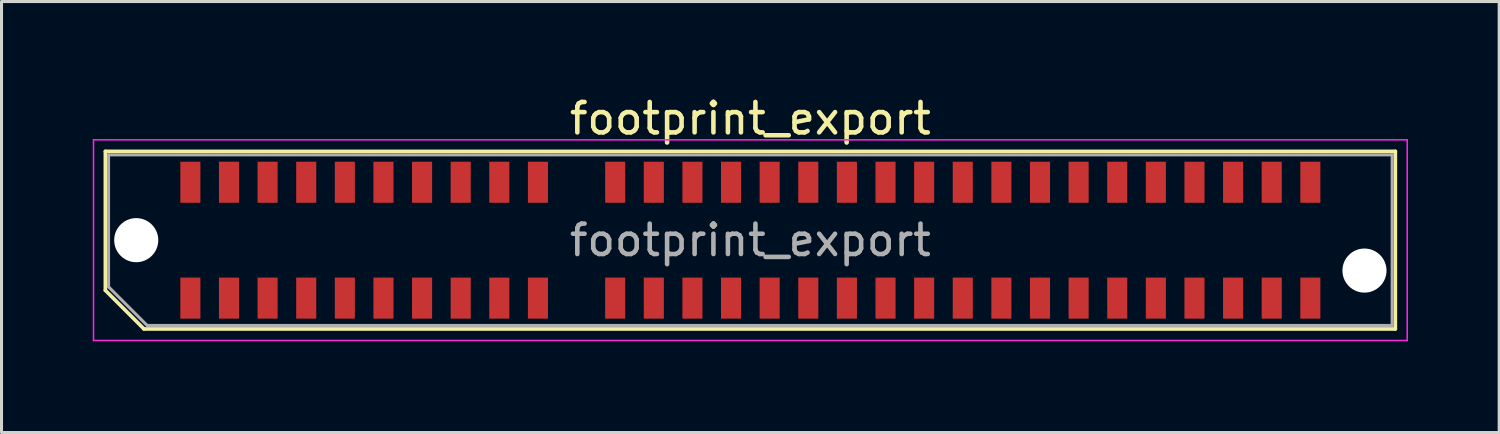
<source format=kicad_pcb>
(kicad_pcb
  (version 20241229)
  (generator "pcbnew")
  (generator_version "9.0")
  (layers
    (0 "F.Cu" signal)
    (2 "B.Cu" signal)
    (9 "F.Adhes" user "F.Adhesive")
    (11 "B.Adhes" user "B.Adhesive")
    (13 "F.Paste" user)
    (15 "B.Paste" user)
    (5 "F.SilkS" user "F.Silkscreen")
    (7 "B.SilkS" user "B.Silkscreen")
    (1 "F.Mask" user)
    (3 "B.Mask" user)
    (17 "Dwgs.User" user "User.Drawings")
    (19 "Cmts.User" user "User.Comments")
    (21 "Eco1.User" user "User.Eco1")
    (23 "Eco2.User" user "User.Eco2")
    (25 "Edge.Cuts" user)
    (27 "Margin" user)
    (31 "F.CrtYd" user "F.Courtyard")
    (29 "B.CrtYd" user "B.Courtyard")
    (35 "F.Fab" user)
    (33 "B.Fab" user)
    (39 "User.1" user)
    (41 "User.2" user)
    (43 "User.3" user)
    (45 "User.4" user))
  (footprint "footprint_export"
    (layer "F.Cu")
    (at 21.625 4.848)
    (property "Reference" "footprint_export" (at 0 -4 0) (layer "F.SilkS") (effects (font (size 1 1) (thickness 0.15))))
    (attr smd)
    (fp_line (start -21.21 -2.92) (end 21.21 -2.92) (stroke (width 0.12) (type solid)) (layer "F.SilkS"))
    (fp_line (start -21.21 1.65) (end -21.21 -2.92) (stroke (width 0.12) (type solid)) (layer "F.SilkS"))
    (fp_line (start -19.94 2.92) (end -21.21 1.65) (stroke (width 0.12) (type solid)) (layer "F.SilkS"))
    (fp_line (start -19.94 2.92) (end 21.21 2.92) (stroke (width 0.12) (type solid)) (layer "F.SilkS"))
    (fp_line (start 21.21 2.92) (end 21.21 -2.92) (stroke (width 0.12) (type solid)) (layer "F.SilkS"))
    (fp_line (start -21.6 -3.3) (end -21.6 3.3) (stroke (width 0.05) (type solid)) (layer "F.CrtYd"))
    (fp_line (start -21.6 3.3) (end 21.6 3.3) (stroke (width 0.05) (type solid)) (layer "F.CrtYd"))
    (fp_line (start 21.6 -3.3) (end -21.6 -3.3) (stroke (width 0.05) (type solid)) (layer "F.CrtYd"))
    (fp_line (start 21.6 3.3) (end 21.6 -3.3) (stroke (width 0.05) (type solid)) (layer "F.CrtYd"))
    (fp_line (start -21.105 -2.805) (end 21.105 -2.805) (stroke (width 0.1) (type solid)) (layer "F.Fab"))
    (fp_line (start -21.105 1.535) (end -21.105 -2.805) (stroke (width 0.1) (type solid)) (layer "F.Fab"))
    (fp_line (start -21.105 1.535) (end -19.835 2.805) (stroke (width 0.1) (type solid)) (layer "F.Fab"))
    (fp_line (start -19.835 2.805) (end 21.105 2.805) (stroke (width 0.1) (type solid)) (layer "F.Fab"))
    (fp_line (start 21.105 2.805) (end 21.105 -2.805) (stroke (width 0.1) (type solid)) (layer "F.Fab"))
    (fp_text user "${REFERENCE}" (at 0 0 0) (layer "F.Fab") (effects (font (size 1 1) (thickness 0.15))))
    (pad "" np_thru_hole circle (at -20.195 0) (size 1.45 1.45) (drill 1.45) (layers "*.Cu" "*.Mask"))
    (pad "" np_thru_hole circle (at 20.195 1) (size 1.45 1.45) (drill 1.45) (layers "*.Cu" "*.Mask"))
    (pad "1" smd rect (at -18.415 1.905) (size 0.66 1.35) (layers "F.Cu" "F.Mask" "F.Paste"))
    (pad "2" smd rect (at -18.415 -1.905) (size 0.66 1.35) (layers "F.Cu" "F.Mask" "F.Paste"))
    (pad "3" smd rect (at -17.145 1.905) (size 0.66 1.35) (layers "F.Cu" "F.Mask" "F.Paste"))
    (pad "4" smd rect (at -17.145 -1.905) (size 0.66 1.35) (layers "F.Cu" "F.Mask" "F.Paste"))
    (pad "5" smd rect (at -15.875 1.905) (size 0.66 1.35) (layers "F.Cu" "F.Mask" "F.Paste"))
    (pad "6" smd rect (at -15.875 -1.905) (size 0.66 1.35) (layers "F.Cu" "F.Mask" "F.Paste"))
    (pad "7" smd rect (at -14.605 1.905) (size 0.66 1.35) (layers "F.Cu" "F.Mask" "F.Paste"))
    (pad "8" smd rect (at -14.605 -1.905) (size 0.66 1.35) (layers "F.Cu" "F.Mask" "F.Paste"))
    (pad "9" smd rect (at -13.335 1.905) (size 0.66 1.35) (layers "F.Cu" "F.Mask" "F.Paste"))
    (pad "10" smd rect (at -13.335 -1.905) (size 0.66 1.35) (layers "F.Cu" "F.Mask" "F.Paste"))
    (pad "11" smd rect (at -12.065 1.905) (size 0.66 1.35) (layers "F.Cu" "F.Mask" "F.Paste"))
    (pad "12" smd rect (at -12.065 -1.905) (size 0.66 1.35) (layers "F.Cu" "F.Mask" "F.Paste"))
    (pad "13" smd rect (at -10.795 1.905) (size 0.66 1.35) (layers "F.Cu" "F.Mask" "F.Paste"))
    (pad "14" smd rect (at -10.795 -1.905) (size 0.66 1.35) (layers "F.Cu" "F.Mask" "F.Paste"))
    (pad "15" smd rect (at -9.525 1.905) (size 0.66 1.35) (layers "F.Cu" "F.Mask" "F.Paste"))
    (pad "16" smd rect (at -9.525 -1.905) (size 0.66 1.35) (layers "F.Cu" "F.Mask" "F.Paste"))
    (pad "17" smd rect (at -8.255 1.905) (size 0.66 1.35) (layers "F.Cu" "F.Mask" "F.Paste"))
    (pad "18" smd rect (at -8.255 -1.905) (size 0.66 1.35) (layers "F.Cu" "F.Mask" "F.Paste"))
    (pad "19" smd rect (at -6.985 1.905) (size 0.66 1.35) (layers "F.Cu" "F.Mask" "F.Paste"))
    (pad "20" smd rect (at -6.985 -1.905) (size 0.66 1.35) (layers "F.Cu" "F.Mask" "F.Paste"))
    (pad "23" smd rect (at -4.445 1.905) (size 0.66 1.35) (layers "F.Cu" "F.Mask" "F.Paste"))
    (pad "24" smd rect (at -4.445 -1.905) (size 0.66 1.35) (layers "F.Cu" "F.Mask" "F.Paste"))
    (pad "25" smd rect (at -3.175 1.905) (size 0.66 1.35) (layers "F.Cu" "F.Mask" "F.Paste"))
    (pad "26" smd rect (at -3.175 -1.905) (size 0.66 1.35) (layers "F.Cu" "F.Mask" "F.Paste"))
    (pad "27" smd rect (at -1.905 1.905) (size 0.66 1.35) (layers "F.Cu" "F.Mask" "F.Paste"))
    (pad "28" smd rect (at -1.905 -1.905) (size 0.66 1.35) (layers "F.Cu" "F.Mask" "F.Paste"))
    (pad "29" smd rect (at -0.635 1.905) (size 0.66 1.35) (layers "F.Cu" "F.Mask" "F.Paste"))
    (pad "30" smd rect (at -0.635 -1.905) (size 0.66 1.35) (layers "F.Cu" "F.Mask" "F.Paste"))
    (pad "31" smd rect (at 0.635 1.905) (size 0.66 1.35) (layers "F.Cu" "F.Mask" "F.Paste"))
    (pad "32" smd rect (at 0.635 -1.905) (size 0.66 1.35) (layers "F.Cu" "F.Mask" "F.Paste"))
    (pad "33" smd rect (at 1.905 1.905) (size 0.66 1.35) (layers "F.Cu" "F.Mask" "F.Paste"))
    (pad "34" smd rect (at 1.905 -1.905) (size 0.66 1.35) (layers "F.Cu" "F.Mask" "F.Paste"))
    (pad "35" smd rect (at 3.175 1.905) (size 0.66 1.35) (layers "F.Cu" "F.Mask" "F.Paste"))
    (pad "36" smd rect (at 3.175 -1.905) (size 0.66 1.35) (layers "F.Cu" "F.Mask" "F.Paste"))
    (pad "37" smd rect (at 4.445 1.905) (size 0.66 1.35) (layers "F.Cu" "F.Mask" "F.Paste"))
    (pad "38" smd rect (at 4.445 -1.905) (size 0.66 1.35) (layers "F.Cu" "F.Mask" "F.Paste"))
    (pad "39" smd rect (at 5.715 1.905) (size 0.66 1.35) (layers "F.Cu" "F.Mask" "F.Paste"))
    (pad "40" smd rect (at 5.715 -1.905) (size 0.66 1.35) (layers "F.Cu" "F.Mask" "F.Paste"))
    (pad "41" smd rect (at 6.985 1.905) (size 0.66 1.35) (layers "F.Cu" "F.Mask" "F.Paste"))
    (pad "42" smd rect (at 6.985 -1.905) (size 0.66 1.35) (layers "F.Cu" "F.Mask" "F.Paste"))
    (pad "43" smd rect (at 8.255 1.905) (size 0.66 1.35) (layers "F.Cu" "F.Mask" "F.Paste"))
    (pad "44" smd rect (at 8.255 -1.905) (size 0.66 1.35) (layers "F.Cu" "F.Mask" "F.Paste"))
    (pad "45" smd rect (at 9.525 1.905) (size 0.66 1.35) (layers "F.Cu" "F.Mask" "F.Paste"))
    (pad "46" smd rect (at 9.525 -1.905) (size 0.66 1.35) (layers "F.Cu" "F.Mask" "F.Paste"))
    (pad "47" smd rect (at 10.795 1.905) (size 0.66 1.35) (layers "F.Cu" "F.Mask" "F.Paste"))
    (pad "48" smd rect (at 10.795 -1.905) (size 0.66 1.35) (layers "F.Cu" "F.Mask" "F.Paste"))
    (pad "49" smd rect (at 12.065 1.905) (size 0.66 1.35) (layers "F.Cu" "F.Mask" "F.Paste"))
    (pad "50" smd rect (at 12.065 -1.905) (size 0.66 1.35) (layers "F.Cu" "F.Mask" "F.Paste"))
    (pad "51" smd rect (at 13.335 1.905) (size 0.66 1.35) (layers "F.Cu" "F.Mask" "F.Paste"))
    (pad "52" smd rect (at 13.335 -1.905) (size 0.66 1.35) (layers "F.Cu" "F.Mask" "F.Paste"))
    (pad "53" smd rect (at 14.605 1.905) (size 0.66 1.35) (layers "F.Cu" "F.Mask" "F.Paste"))
    (pad "54" smd rect (at 14.605 -1.905) (size 0.66 1.35) (layers "F.Cu" "F.Mask" "F.Paste"))
    (pad "55" smd rect (at 15.875 1.905) (size 0.66 1.35) (layers "F.Cu" "F.Mask" "F.Paste"))
    (pad "56" smd rect (at 15.875 -1.905) (size 0.66 1.35) (layers "F.Cu" "F.Mask" "F.Paste"))
    (pad "57" smd rect (at 17.145 1.905) (size 0.66 1.35) (layers "F.Cu" "F.Mask" "F.Paste"))
    (pad "58" smd rect (at 17.145 -1.905) (size 0.66 1.35) (layers "F.Cu" "F.Mask" "F.Paste"))
    (pad "59" smd rect (at 18.415 1.905) (size 0.66 1.35) (layers "F.Cu" "F.Mask" "F.Paste"))
    (pad "60" smd rect (at 18.415 -1.905) (size 0.66 1.35) (layers "F.Cu" "F.Mask" "F.Paste")))
  (gr_rect
    (start -3 -3)
    (end 46.25 11.173)
    (stroke (width 0.1) (type default))
    (fill no)
    (layer "Edge.Cuts")))
</source>
